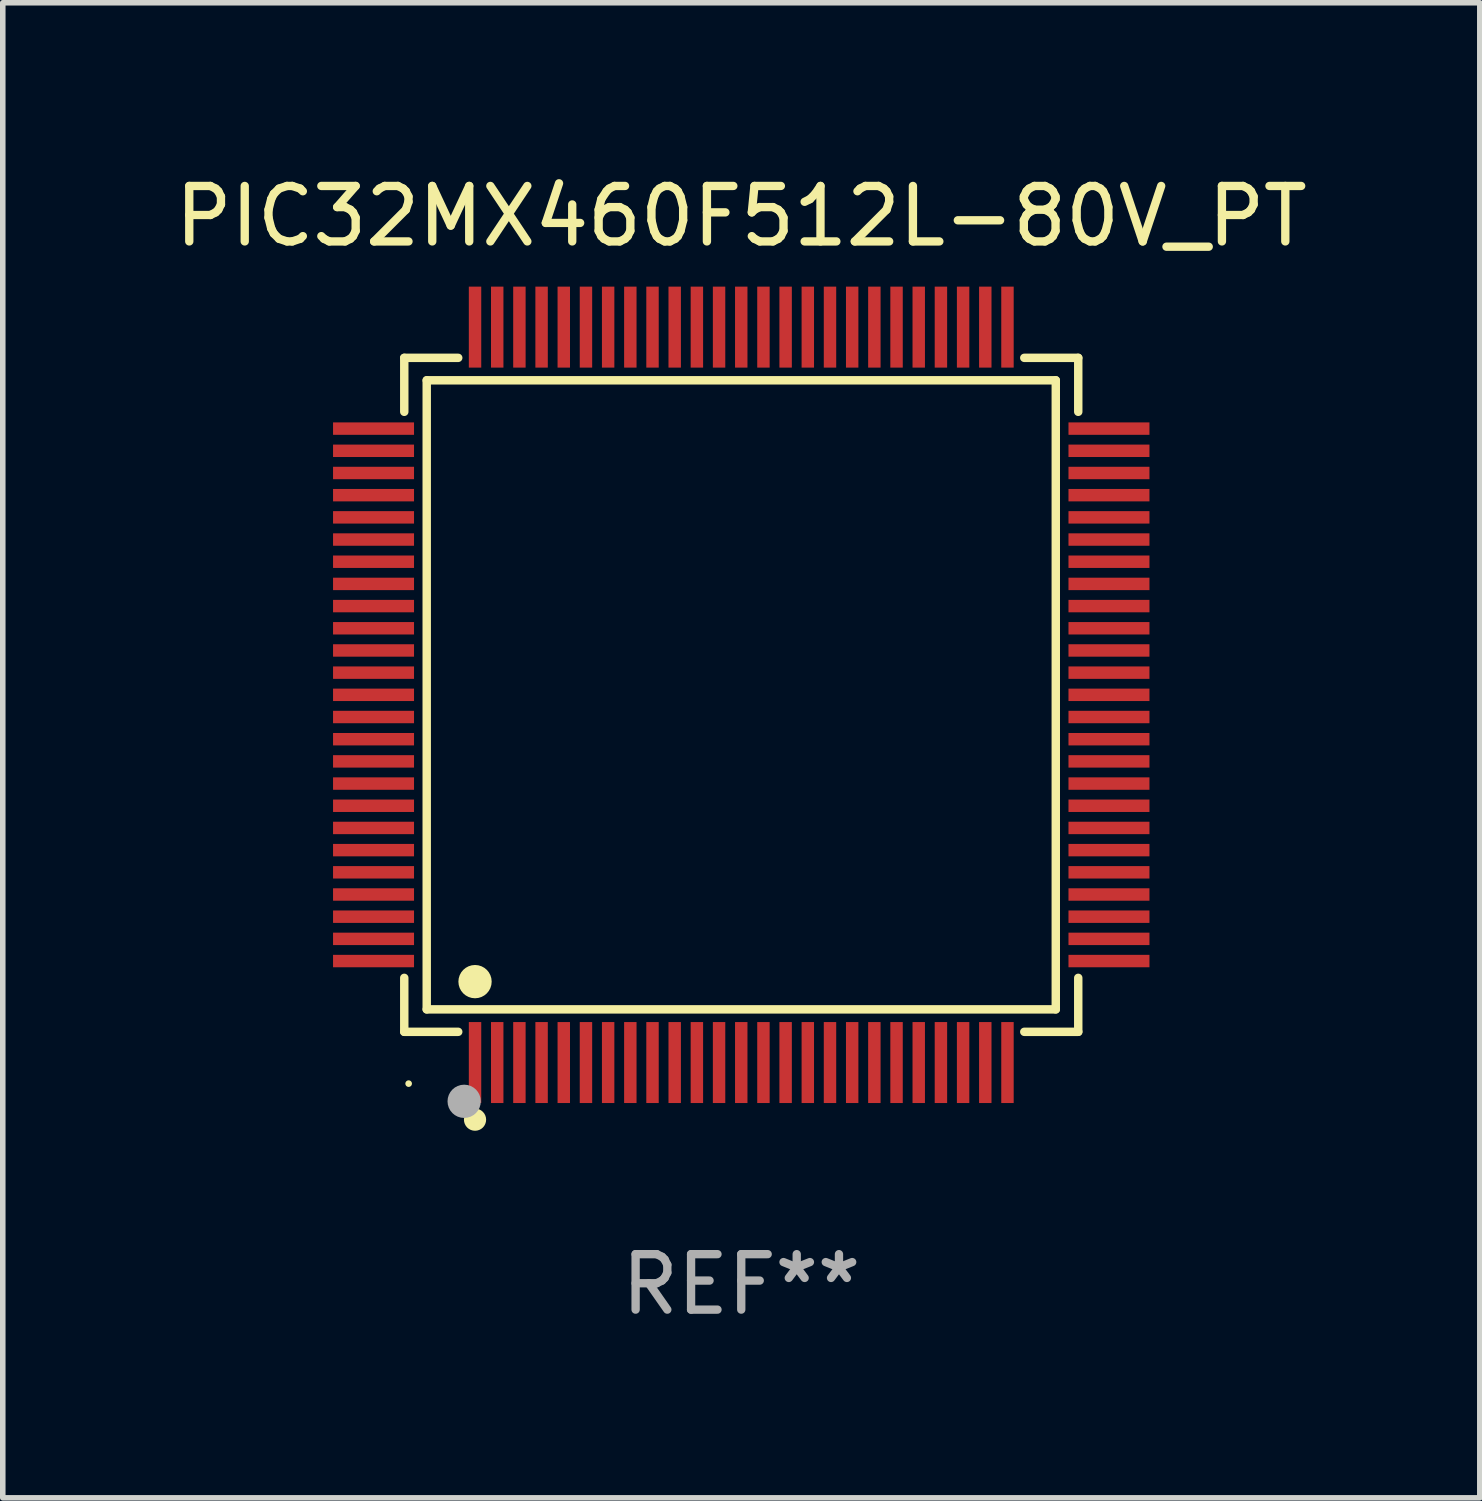
<source format=kicad_pcb>
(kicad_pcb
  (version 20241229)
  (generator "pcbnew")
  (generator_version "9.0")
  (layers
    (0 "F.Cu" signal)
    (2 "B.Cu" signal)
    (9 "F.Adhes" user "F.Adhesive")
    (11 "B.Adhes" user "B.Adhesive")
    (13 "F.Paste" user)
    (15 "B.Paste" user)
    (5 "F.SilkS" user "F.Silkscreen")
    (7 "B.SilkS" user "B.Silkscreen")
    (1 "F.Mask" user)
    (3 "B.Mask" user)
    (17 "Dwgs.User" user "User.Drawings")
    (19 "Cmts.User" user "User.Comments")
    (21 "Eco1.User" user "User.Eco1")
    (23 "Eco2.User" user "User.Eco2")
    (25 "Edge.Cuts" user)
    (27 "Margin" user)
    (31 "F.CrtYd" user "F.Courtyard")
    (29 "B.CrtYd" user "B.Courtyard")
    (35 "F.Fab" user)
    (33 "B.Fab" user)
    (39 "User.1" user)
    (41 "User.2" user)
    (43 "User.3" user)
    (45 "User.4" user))
  (footprint "PIC32MX460F512L-80V_PT"
    (layer "F.Cu")
    (at 10.315 9.478)
    (property "Reference" "PIC32MX460F512L-80V_PT" (at 0 -8.63 0) (layer "F.SilkS") (effects (font (size 1 1) (thickness 0.15))))
    (attr through_hole)
    (fp_line (start -6.076 -6.076) (end -5.103 -6.076) (stroke (width 0.152) (type solid)) (layer "F.SilkS"))
    (fp_line (start -6.076 -5.103) (end -6.076 -6.076) (stroke (width 0.152) (type solid)) (layer "F.SilkS"))
    (fp_line (start -6.076 5.103) (end -6.076 6.076) (stroke (width 0.152) (type solid)) (layer "F.SilkS"))
    (fp_line (start -6.076 6.076) (end -5.103 6.076) (stroke (width 0.152) (type solid)) (layer "F.SilkS"))
    (fp_line (start -5.671 -5.671) (end 5.671 -5.671) (stroke (width 0.152) (type solid)) (layer "F.SilkS"))
    (fp_line (start -5.671 5.671) (end -5.671 -5.671) (stroke (width 0.152) (type solid)) (layer "F.SilkS"))
    (fp_line (start 5.671 -5.671) (end 5.671 5.671) (stroke (width 0.152) (type solid)) (layer "F.SilkS"))
    (fp_line (start 5.671 5.671) (end -5.671 5.671) (stroke (width 0.152) (type solid)) (layer "F.SilkS"))
    (fp_line (start 6.076 -6.076) (end 5.103 -6.076) (stroke (width 0.152) (type solid)) (layer "F.SilkS"))
    (fp_line (start 6.076 -5.103) (end 6.076 -6.076) (stroke (width 0.152) (type solid)) (layer "F.SilkS"))
    (fp_line (start 6.076 5.103) (end 6.076 6.076) (stroke (width 0.152) (type solid)) (layer "F.SilkS"))
    (fp_line (start 6.076 6.076) (end 5.103 6.076) (stroke (width 0.152) (type solid)) (layer "F.SilkS"))
    (fp_circle (center -5.997 7.01) (end -5.967 7.01) (stroke (width 0.06) (type solid)) (fill no) (layer "F.SilkS"))
    (fp_circle (center -4.8 5.171) (end -4.65 5.171) (stroke (width 0.3) (type solid)) (fill no) (layer "F.SilkS"))
    (fp_circle (center -4.8 7.66) (end -4.7 7.66) (stroke (width 0.2) (type solid)) (fill no) (layer "F.SilkS"))
    (fp_circle (center -4.996 7.329) (end -4.846 7.329) (stroke (width 0.3) (type solid)) (fill no) (layer "F.Fab"))
    (fp_text user "REF**" (at 0 10.63 0) (layer "F.Fab") (effects (font (size 1 1) (thickness 0.15))))
    (pad "1" smd rect (at -4.8 6.63) (size 0.224 1.46) (layers "F.Cu" "F.Mask" "F.Paste"))
    (pad "2" smd rect (at -4.4 6.63) (size 0.224 1.46) (layers "F.Cu" "F.Mask" "F.Paste"))
    (pad "3" smd rect (at -4 6.63) (size 0.224 1.46) (layers "F.Cu" "F.Mask" "F.Paste"))
    (pad "4" smd rect (at -3.6 6.63) (size 0.224 1.46) (layers "F.Cu" "F.Mask" "F.Paste"))
    (pad "5" smd rect (at -3.2 6.63) (size 0.224 1.46) (layers "F.Cu" "F.Mask" "F.Paste"))
    (pad "6" smd rect (at -2.8 6.63) (size 0.224 1.46) (layers "F.Cu" "F.Mask" "F.Paste"))
    (pad "7" smd rect (at -2.4 6.63) (size 0.224 1.46) (layers "F.Cu" "F.Mask" "F.Paste"))
    (pad "8" smd rect (at -2 6.63) (size 0.224 1.46) (layers "F.Cu" "F.Mask" "F.Paste"))
    (pad "9" smd rect (at -1.6 6.63) (size 0.224 1.46) (layers "F.Cu" "F.Mask" "F.Paste"))
    (pad "10" smd rect (at -1.2 6.63) (size 0.224 1.46) (layers "F.Cu" "F.Mask" "F.Paste"))
    (pad "11" smd rect (at -0.8 6.63) (size 0.224 1.46) (layers "F.Cu" "F.Mask" "F.Paste"))
    (pad "12" smd rect (at -0.4 6.63) (size 0.224 1.46) (layers "F.Cu" "F.Mask" "F.Paste"))
    (pad "13" smd rect (at 0 6.63) (size 0.224 1.46) (layers "F.Cu" "F.Mask" "F.Paste"))
    (pad "14" smd rect (at 0.4 6.63) (size 0.224 1.46) (layers "F.Cu" "F.Mask" "F.Paste"))
    (pad "15" smd rect (at 0.8 6.63) (size 0.224 1.46) (layers "F.Cu" "F.Mask" "F.Paste"))
    (pad "16" smd rect (at 1.2 6.63) (size 0.224 1.46) (layers "F.Cu" "F.Mask" "F.Paste"))
    (pad "17" smd rect (at 1.6 6.63) (size 0.224 1.46) (layers "F.Cu" "F.Mask" "F.Paste"))
    (pad "18" smd rect (at 2 6.63) (size 0.224 1.46) (layers "F.Cu" "F.Mask" "F.Paste"))
    (pad "19" smd rect (at 2.4 6.63) (size 0.224 1.46) (layers "F.Cu" "F.Mask" "F.Paste"))
    (pad "20" smd rect (at 2.8 6.63) (size 0.224 1.46) (layers "F.Cu" "F.Mask" "F.Paste"))
    (pad "21" smd rect (at 3.2 6.63) (size 0.224 1.46) (layers "F.Cu" "F.Mask" "F.Paste"))
    (pad "22" smd rect (at 3.6 6.63) (size 0.224 1.46) (layers "F.Cu" "F.Mask" "F.Paste"))
    (pad "23" smd rect (at 4 6.63) (size 0.224 1.46) (layers "F.Cu" "F.Mask" "F.Paste"))
    (pad "24" smd rect (at 4.4 6.63) (size 0.224 1.46) (layers "F.Cu" "F.Mask" "F.Paste"))
    (pad "25" smd rect (at 4.8 6.63) (size 0.224 1.46) (layers "F.Cu" "F.Mask" "F.Paste"))
    (pad "26" smd rect (at 6.63 4.8) (size 1.46 0.224) (layers "F.Cu" "F.Mask" "F.Paste"))
    (pad "27" smd rect (at 6.63 4.4) (size 1.46 0.224) (layers "F.Cu" "F.Mask" "F.Paste"))
    (pad "28" smd rect (at 6.63 4) (size 1.46 0.224) (layers "F.Cu" "F.Mask" "F.Paste"))
    (pad "29" smd rect (at 6.63 3.6) (size 1.46 0.224) (layers "F.Cu" "F.Mask" "F.Paste"))
    (pad "30" smd rect (at 6.63 3.2) (size 1.46 0.224) (layers "F.Cu" "F.Mask" "F.Paste"))
    (pad "31" smd rect (at 6.63 2.8) (size 1.46 0.224) (layers "F.Cu" "F.Mask" "F.Paste"))
    (pad "32" smd rect (at 6.63 2.4) (size 1.46 0.224) (layers "F.Cu" "F.Mask" "F.Paste"))
    (pad "33" smd rect (at 6.63 2) (size 1.46 0.224) (layers "F.Cu" "F.Mask" "F.Paste"))
    (pad "34" smd rect (at 6.63 1.6) (size 1.46 0.224) (layers "F.Cu" "F.Mask" "F.Paste"))
    (pad "35" smd rect (at 6.63 1.2) (size 1.46 0.224) (layers "F.Cu" "F.Mask" "F.Paste"))
    (pad "36" smd rect (at 6.63 0.8) (size 1.46 0.224) (layers "F.Cu" "F.Mask" "F.Paste"))
    (pad "37" smd rect (at 6.63 0.4) (size 1.46 0.224) (layers "F.Cu" "F.Mask" "F.Paste"))
    (pad "38" smd rect (at 6.63 0) (size 1.46 0.224) (layers "F.Cu" "F.Mask" "F.Paste"))
    (pad "39" smd rect (at 6.63 -0.4) (size 1.46 0.224) (layers "F.Cu" "F.Mask" "F.Paste"))
    (pad "40" smd rect (at 6.63 -0.8) (size 1.46 0.224) (layers "F.Cu" "F.Mask" "F.Paste"))
    (pad "41" smd rect (at 6.63 -1.2) (size 1.46 0.224) (layers "F.Cu" "F.Mask" "F.Paste"))
    (pad "42" smd rect (at 6.63 -1.6) (size 1.46 0.224) (layers "F.Cu" "F.Mask" "F.Paste"))
    (pad "43" smd rect (at 6.63 -2) (size 1.46 0.224) (layers "F.Cu" "F.Mask" "F.Paste"))
    (pad "44" smd rect (at 6.63 -2.4) (size 1.46 0.224) (layers "F.Cu" "F.Mask" "F.Paste"))
    (pad "45" smd rect (at 6.63 -2.8) (size 1.46 0.224) (layers "F.Cu" "F.Mask" "F.Paste"))
    (pad "46" smd rect (at 6.63 -3.2) (size 1.46 0.224) (layers "F.Cu" "F.Mask" "F.Paste"))
    (pad "47" smd rect (at 6.63 -3.6) (size 1.46 0.224) (layers "F.Cu" "F.Mask" "F.Paste"))
    (pad "48" smd rect (at 6.63 -4) (size 1.46 0.224) (layers "F.Cu" "F.Mask" "F.Paste"))
    (pad "49" smd rect (at 6.63 -4.4) (size 1.46 0.224) (layers "F.Cu" "F.Mask" "F.Paste"))
    (pad "50" smd rect (at 6.63 -4.8) (size 1.46 0.224) (layers "F.Cu" "F.Mask" "F.Paste"))
    (pad "51" smd rect (at 4.8 -6.63) (size 0.224 1.46) (layers "F.Cu" "F.Mask" "F.Paste"))
    (pad "52" smd rect (at 4.4 -6.63) (size 0.224 1.46) (layers "F.Cu" "F.Mask" "F.Paste"))
    (pad "53" smd rect (at 4 -6.63) (size 0.224 1.46) (layers "F.Cu" "F.Mask" "F.Paste"))
    (pad "54" smd rect (at 3.6 -6.63) (size 0.224 1.46) (layers "F.Cu" "F.Mask" "F.Paste"))
    (pad "55" smd rect (at 3.2 -6.63) (size 0.224 1.46) (layers "F.Cu" "F.Mask" "F.Paste"))
    (pad "56" smd rect (at 2.8 -6.63) (size 0.224 1.46) (layers "F.Cu" "F.Mask" "F.Paste"))
    (pad "57" smd rect (at 2.4 -6.63) (size 0.224 1.46) (layers "F.Cu" "F.Mask" "F.Paste"))
    (pad "58" smd rect (at 2 -6.63) (size 0.224 1.46) (layers "F.Cu" "F.Mask" "F.Paste"))
    (pad "59" smd rect (at 1.6 -6.63) (size 0.224 1.46) (layers "F.Cu" "F.Mask" "F.Paste"))
    (pad "60" smd rect (at 1.2 -6.63) (size 0.224 1.46) (layers "F.Cu" "F.Mask" "F.Paste"))
    (pad "61" smd rect (at 0.8 -6.63) (size 0.224 1.46) (layers "F.Cu" "F.Mask" "F.Paste"))
    (pad "62" smd rect (at 0.4 -6.63) (size 0.224 1.46) (layers "F.Cu" "F.Mask" "F.Paste"))
    (pad "63" smd rect (at 0 -6.63) (size 0.224 1.46) (layers "F.Cu" "F.Mask" "F.Paste"))
    (pad "64" smd rect (at -0.4 -6.63) (size 0.224 1.46) (layers "F.Cu" "F.Mask" "F.Paste"))
    (pad "65" smd rect (at -0.8 -6.63) (size 0.224 1.46) (layers "F.Cu" "F.Mask" "F.Paste"))
    (pad "66" smd rect (at -1.2 -6.63) (size 0.224 1.46) (layers "F.Cu" "F.Mask" "F.Paste"))
    (pad "67" smd rect (at -1.6 -6.63) (size 0.224 1.46) (layers "F.Cu" "F.Mask" "F.Paste"))
    (pad "68" smd rect (at -2 -6.63) (size 0.224 1.46) (layers "F.Cu" "F.Mask" "F.Paste"))
    (pad "69" smd rect (at -2.4 -6.63) (size 0.224 1.46) (layers "F.Cu" "F.Mask" "F.Paste"))
    (pad "70" smd rect (at -2.8 -6.63) (size 0.224 1.46) (layers "F.Cu" "F.Mask" "F.Paste"))
    (pad "71" smd rect (at -3.2 -6.63) (size 0.224 1.46) (layers "F.Cu" "F.Mask" "F.Paste"))
    (pad "72" smd rect (at -3.6 -6.63) (size 0.224 1.46) (layers "F.Cu" "F.Mask" "F.Paste"))
    (pad "73" smd rect (at -4 -6.63) (size 0.224 1.46) (layers "F.Cu" "F.Mask" "F.Paste"))
    (pad "74" smd rect (at -4.4 -6.63) (size 0.224 1.46) (layers "F.Cu" "F.Mask" "F.Paste"))
    (pad "75" smd rect (at -4.8 -6.63) (size 0.224 1.46) (layers "F.Cu" "F.Mask" "F.Paste"))
    (pad "76" smd rect (at -6.63 -4.8) (size 1.46 0.224) (layers "F.Cu" "F.Mask" "F.Paste"))
    (pad "77" smd rect (at -6.63 -4.4) (size 1.46 0.224) (layers "F.Cu" "F.Mask" "F.Paste"))
    (pad "78" smd rect (at -6.63 -4) (size 1.46 0.224) (layers "F.Cu" "F.Mask" "F.Paste"))
    (pad "79" smd rect (at -6.63 -3.6) (size 1.46 0.224) (layers "F.Cu" "F.Mask" "F.Paste"))
    (pad "80" smd rect (at -6.63 -3.2) (size 1.46 0.224) (layers "F.Cu" "F.Mask" "F.Paste"))
    (pad "81" smd rect (at -6.63 -2.8) (size 1.46 0.224) (layers "F.Cu" "F.Mask" "F.Paste"))
    (pad "82" smd rect (at -6.63 -2.4) (size 1.46 0.224) (layers "F.Cu" "F.Mask" "F.Paste"))
    (pad "83" smd rect (at -6.63 -2) (size 1.46 0.224) (layers "F.Cu" "F.Mask" "F.Paste"))
    (pad "84" smd rect (at -6.63 -1.6) (size 1.46 0.224) (layers "F.Cu" "F.Mask" "F.Paste"))
    (pad "85" smd rect (at -6.63 -1.2) (size 1.46 0.224) (layers "F.Cu" "F.Mask" "F.Paste"))
    (pad "86" smd rect (at -6.63 -0.8) (size 1.46 0.224) (layers "F.Cu" "F.Mask" "F.Paste"))
    (pad "87" smd rect (at -6.63 -0.4) (size 1.46 0.224) (layers "F.Cu" "F.Mask" "F.Paste"))
    (pad "88" smd rect (at -6.63 0) (size 1.46 0.224) (layers "F.Cu" "F.Mask" "F.Paste"))
    (pad "89" smd rect (at -6.63 0.4) (size 1.46 0.224) (layers "F.Cu" "F.Mask" "F.Paste"))
    (pad "90" smd rect (at -6.63 0.8) (size 1.46 0.224) (layers "F.Cu" "F.Mask" "F.Paste"))
    (pad "91" smd rect (at -6.63 1.2) (size 1.46 0.224) (layers "F.Cu" "F.Mask" "F.Paste"))
    (pad "92" smd rect (at -6.63 1.6) (size 1.46 0.224) (layers "F.Cu" "F.Mask" "F.Paste"))
    (pad "93" smd rect (at -6.63 2) (size 1.46 0.224) (layers "F.Cu" "F.Mask" "F.Paste"))
    (pad "94" smd rect (at -6.63 2.4) (size 1.46 0.224) (layers "F.Cu" "F.Mask" "F.Paste"))
    (pad "95" smd rect (at -6.63 2.8) (size 1.46 0.224) (layers "F.Cu" "F.Mask" "F.Paste"))
    (pad "96" smd rect (at -6.63 3.2) (size 1.46 0.224) (layers "F.Cu" "F.Mask" "F.Paste"))
    (pad "97" smd rect (at -6.63 3.6) (size 1.46 0.224) (layers "F.Cu" "F.Mask" "F.Paste"))
    (pad "98" smd rect (at -6.63 4) (size 1.46 0.224) (layers "F.Cu" "F.Mask" "F.Paste"))
    (pad "99" smd rect (at -6.63 4.4) (size 1.46 0.224) (layers "F.Cu" "F.Mask" "F.Paste"))
    (pad "100" smd rect (at -6.63 4.8) (size 1.46 0.224) (layers "F.Cu" "F.Mask" "F.Paste")))
  (gr_rect
    (start -3 -3)
    (end 23.631 23.956)
    (stroke (width 0.1) (type default))
    (fill no)
    (layer "Edge.Cuts")))
</source>
